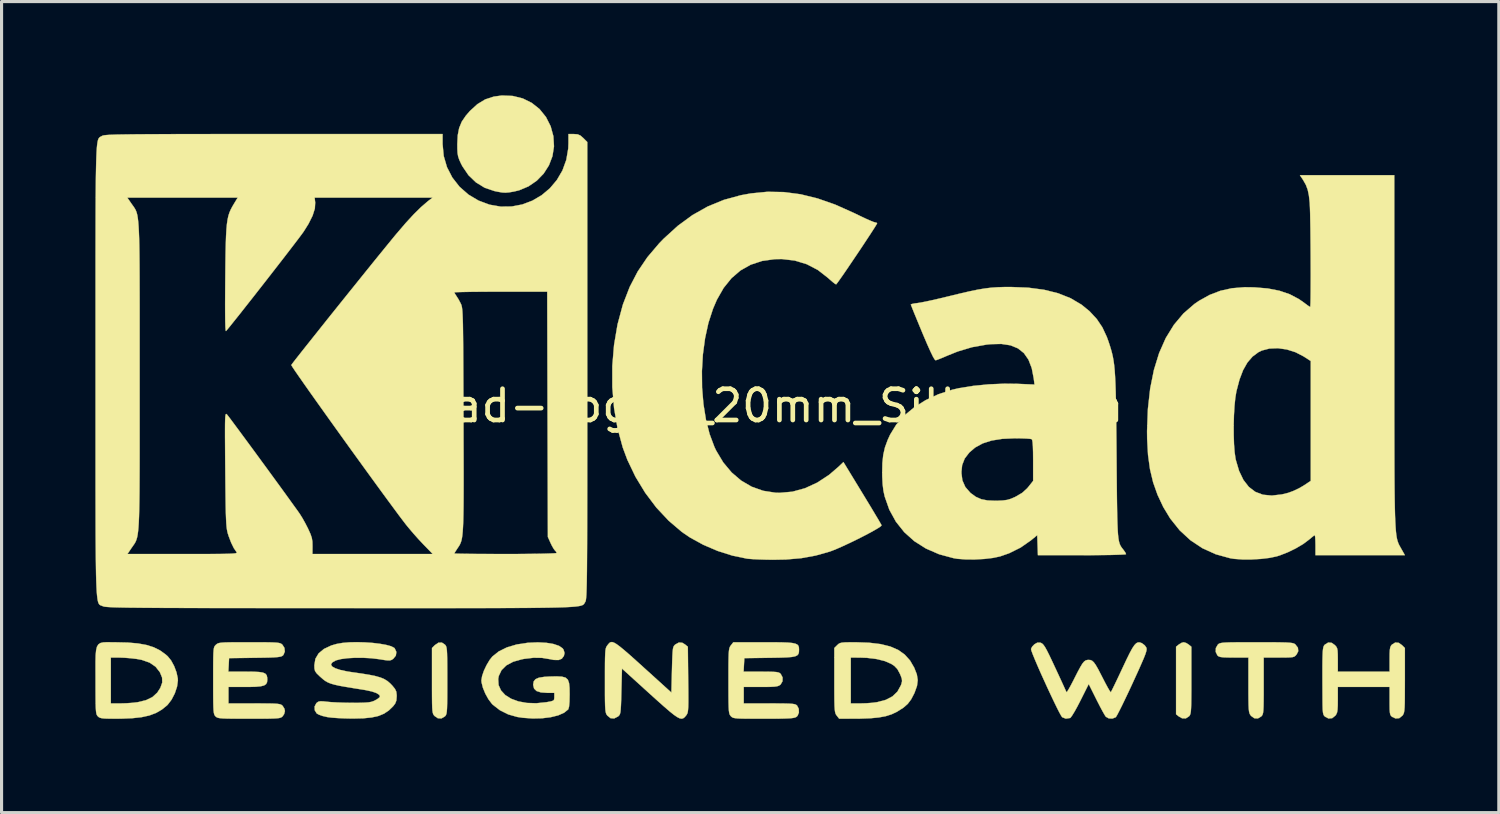
<source format=kicad_pcb>
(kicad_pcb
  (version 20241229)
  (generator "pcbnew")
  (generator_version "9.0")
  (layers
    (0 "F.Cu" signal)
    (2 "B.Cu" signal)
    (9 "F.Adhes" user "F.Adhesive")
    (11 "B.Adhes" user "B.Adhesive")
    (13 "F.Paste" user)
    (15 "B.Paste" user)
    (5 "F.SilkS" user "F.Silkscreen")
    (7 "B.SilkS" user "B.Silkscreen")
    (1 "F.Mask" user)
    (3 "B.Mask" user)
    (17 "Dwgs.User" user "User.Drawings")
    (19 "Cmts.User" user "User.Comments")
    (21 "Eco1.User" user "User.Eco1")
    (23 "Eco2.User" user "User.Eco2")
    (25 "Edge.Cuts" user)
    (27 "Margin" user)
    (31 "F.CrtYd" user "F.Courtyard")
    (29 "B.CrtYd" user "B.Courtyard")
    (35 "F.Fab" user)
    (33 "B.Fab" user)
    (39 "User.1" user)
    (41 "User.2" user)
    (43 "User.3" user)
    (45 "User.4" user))
  (footprint "KiCad-Logo2_20mm_SilkScreen"
    (layer "F.Cu")
    (at 20.928 9.93)
    (property "Reference" "KiCad-Logo2_20mm_SilkScreen" (at 0 0 0) (layer "F.SilkS") (effects (font (size 1 1) (thickness 0.15))))
    (attr exclude_from_pos_files exclude_from_bom)
    (fp_poly (pts (xy 13.962 7.586) (xy 14.041 7.635) (xy 14.13 7.707) (xy 14.13 8.779) (xy 14.13 9.093) (xy 14.128 9.34) (xy 14.126 9.529) (xy 14.121 9.669) (xy 14.114 9.769) (xy 14.103 9.838) (xy 14.089 9.883) (xy 14.071 9.915) (xy 14.058 9.93) (xy 13.953 9.999) (xy 13.834 9.996) (xy 13.73 9.938) (xy 13.641 9.866) (xy 13.641 7.707) (xy 13.73 7.635) (xy 13.815 7.583) (xy 13.885 7.564) (xy 13.962 7.586)) (stroke (width 0.01) (type solid)) (fill yes) (layer "F.SilkS"))
    (fp_poly (pts (xy -9.746 7.639) (xy -9.724 7.664) (xy -9.707 7.697) (xy -9.694 7.745) (xy -9.684 7.819) (xy -9.678 7.925) (xy -9.674 8.075) (xy -9.672 8.275) (xy -9.671 8.534) (xy -9.671 8.787) (xy -9.671 9.099) (xy -9.672 9.346) (xy -9.675 9.534) (xy -9.679 9.673) (xy -9.686 9.773) (xy -9.696 9.84) (xy -9.71 9.884) (xy -9.728 9.915) (xy -9.746 9.934) (xy -9.856 10) (xy -9.973 9.994) (xy -10.078 9.922) (xy -10.102 9.894) (xy -10.121 9.862) (xy -10.135 9.816) (xy -10.146 9.748) (xy -10.153 9.648) (xy -10.157 9.508) (xy -10.159 9.319) (xy -10.16 9.072) (xy -10.16 8.792) (xy -10.16 7.748) (xy -10.068 7.656) (xy -9.954 7.578) (xy -9.843 7.575) (xy -9.746 7.639)) (stroke (width 0.01) (type solid)) (fill yes) (layer "F.SilkS"))
    (fp_poly (pts (xy -7.577 -9.911) (xy -7.256 -9.831) (xy -6.967 -9.688) (xy -6.718 -9.489) (xy -6.515 -9.238) (xy -6.365 -8.943) (xy -6.277 -8.622) (xy -6.258 -8.297) (xy -6.307 -7.984) (xy -6.419 -7.692) (xy -6.588 -7.427) (xy -6.808 -7.201) (xy -7.071 -7.02) (xy -7.373 -6.893) (xy -7.544 -6.852) (xy -7.692 -6.827) (xy -7.807 -6.817) (xy -7.917 -6.823) (xy -8.051 -6.846) (xy -8.162 -6.869) (xy -8.473 -6.974) (xy -8.752 -7.145) (xy -8.992 -7.375) (xy -9.187 -7.661) (xy -9.234 -7.752) (xy -9.289 -7.873) (xy -9.323 -7.975) (xy -9.342 -8.082) (xy -9.349 -8.219) (xy -9.35 -8.373) (xy -9.336 -8.654) (xy -9.291 -8.885) (xy -9.208 -9.087) (xy -9.076 -9.281) (xy -8.948 -9.429) (xy -8.708 -9.648) (xy -8.458 -9.8) (xy -8.182 -9.89) (xy -7.923 -9.925) (xy -7.577 -9.911)) (stroke (width 0.01) (type solid)) (fill yes) (layer "F.SilkS"))
    (fp_poly (pts (xy 16.544 7.564) (xy 16.806 7.565) (xy 17.01 7.568) (xy 17.163 7.572) (xy 17.274 7.579) (xy 17.351 7.588) (xy 17.402 7.601) (xy 17.436 7.617) (xy 17.453 7.629) (xy 17.538 7.738) (xy 17.549 7.85) (xy 17.496 7.953) (xy 17.461 7.994) (xy 17.424 8.022) (xy 17.37 8.039) (xy 17.285 8.048) (xy 17.156 8.052) (xy 16.968 8.053) (xy 16.931 8.053) (xy 16.444 8.053) (xy 16.444 8.956) (xy 16.444 9.241) (xy 16.442 9.46) (xy 16.439 9.623) (xy 16.433 9.739) (xy 16.424 9.819) (xy 16.41 9.872) (xy 16.392 9.907) (xy 16.369 9.934) (xy 16.259 10) (xy 16.145 9.995) (xy 16.041 9.92) (xy 16.033 9.91) (xy 16.008 9.875) (xy 15.989 9.834) (xy 15.975 9.776) (xy 15.966 9.693) (xy 15.96 9.573) (xy 15.957 9.407) (xy 15.955 9.185) (xy 15.955 8.932) (xy 15.955 8.053) (xy 15.49 8.053) (xy 15.291 8.051) (xy 15.153 8.046) (xy 15.062 8.035) (xy 15.005 8.017) (xy 14.968 7.989) (xy 14.964 7.984) (xy 14.909 7.873) (xy 14.914 7.748) (xy 14.977 7.639) (xy 15.001 7.618) (xy 15.032 7.601) (xy 15.079 7.588) (xy 15.149 7.578) (xy 15.251 7.572) (xy 15.394 7.567) (xy 15.585 7.565) (xy 15.834 7.564) (xy 16.147 7.564) (xy 16.214 7.564) (xy 16.544 7.564)) (stroke (width 0.01) (type solid)) (fill yes) (layer "F.SilkS"))
    (fp_poly (pts (xy 20.763 7.582) (xy 20.867 7.656) (xy 20.96 7.748) (xy 20.96 8.78) (xy 20.959 9.086) (xy 20.958 9.326) (xy 20.956 9.509) (xy 20.951 9.645) (xy 20.943 9.741) (xy 20.932 9.808) (xy 20.917 9.854) (xy 20.897 9.889) (xy 20.882 9.91) (xy 20.779 9.992) (xy 20.662 10.001) (xy 20.554 9.951) (xy 20.519 9.921) (xy 20.495 9.882) (xy 20.481 9.818) (xy 20.473 9.717) (xy 20.471 9.562) (xy 20.471 9.443) (xy 20.471 8.993) (xy 18.815 8.993) (xy 18.815 9.402) (xy 18.813 9.589) (xy 18.806 9.718) (xy 18.792 9.805) (xy 18.767 9.866) (xy 18.737 9.91) (xy 18.634 9.992) (xy 18.517 10.002) (xy 18.406 9.944) (xy 18.375 9.913) (xy 18.354 9.873) (xy 18.34 9.81) (xy 18.331 9.712) (xy 18.327 9.566) (xy 18.325 9.361) (xy 18.325 9.313) (xy 18.323 8.925) (xy 18.322 8.606) (xy 18.322 8.347) (xy 18.324 8.143) (xy 18.328 7.986) (xy 18.333 7.868) (xy 18.341 7.784) (xy 18.352 7.726) (xy 18.365 7.687) (xy 18.382 7.659) (xy 18.401 7.639) (xy 18.507 7.573) (xy 18.618 7.582) (xy 18.722 7.656) (xy 18.765 7.704) (xy 18.792 7.757) (xy 18.807 7.832) (xy 18.813 7.947) (xy 18.815 8.119) (xy 18.815 8.126) (xy 18.815 8.504) (xy 20.471 8.504) (xy 20.471 8.109) (xy 20.472 7.927) (xy 20.479 7.804) (xy 20.493 7.724) (xy 20.518 7.671) (xy 20.546 7.639) (xy 20.652 7.573) (xy 20.763 7.582)) (stroke (width 0.01) (type solid)) (fill yes) (layer "F.SilkS"))
    (fp_poly (pts (xy 3.394 7.564) (xy 3.824 7.579) (xy 4.19 7.623) (xy 4.497 7.699) (xy 4.753 7.81) (xy 4.962 7.959) (xy 5.131 8.147) (xy 5.266 8.379) (xy 5.268 8.385) (xy 5.349 8.592) (xy 5.377 8.775) (xy 5.354 8.96) (xy 5.279 9.17) (xy 5.265 9.202) (xy 5.167 9.39) (xy 5.058 9.535) (xy 4.917 9.658) (xy 4.724 9.78) (xy 4.713 9.787) (xy 4.545 9.867) (xy 4.355 9.928) (xy 4.132 9.969) (xy 3.862 9.995) (xy 3.534 10.007) (xy 3.418 10.008) (xy 2.865 10.009) (xy 2.787 9.91) (xy 2.764 9.878) (xy 2.746 9.84) (xy 2.733 9.787) (xy 2.723 9.711) (xy 2.716 9.601) (xy 2.714 9.52) (xy 3.236 9.52) (xy 3.549 9.52) (xy 3.732 9.515) (xy 3.92 9.501) (xy 4.074 9.481) (xy 4.084 9.479) (xy 4.358 9.406) (xy 4.57 9.295) (xy 4.728 9.143) (xy 4.838 8.943) (xy 4.857 8.89) (xy 4.876 8.808) (xy 4.868 8.726) (xy 4.828 8.618) (xy 4.804 8.565) (xy 4.727 8.423) (xy 4.633 8.324) (xy 4.53 8.255) (xy 4.323 8.165) (xy 4.059 8.1) (xy 3.751 8.062) (xy 3.528 8.054) (xy 3.236 8.053) (xy 3.236 9.52) (xy 2.714 9.52) (xy 2.712 9.45) (xy 2.71 9.248) (xy 2.709 8.985) (xy 2.709 8.78) (xy 2.709 7.748) (xy 2.802 7.656) (xy 2.843 7.618) (xy 2.887 7.593) (xy 2.949 7.577) (xy 3.043 7.568) (xy 3.182 7.565) (xy 3.382 7.564) (xy 3.394 7.564)) (stroke (width 0.01) (type solid)) (fill yes) (layer "F.SilkS"))
    (fp_poly (pts (xy -20.405 7.564) (xy -20.273 7.565) (xy -19.887 7.574) (xy -19.564 7.602) (xy -19.293 7.651) (xy -19.062 7.724) (xy -18.861 7.824) (xy -18.679 7.955) (xy -18.614 8.012) (xy -18.506 8.145) (xy -18.408 8.325) (xy -18.333 8.524) (xy -18.292 8.716) (xy -18.288 8.787) (xy -18.315 8.983) (xy -18.386 9.197) (xy -18.49 9.399) (xy -18.613 9.561) (xy -18.633 9.581) (xy -18.802 9.718) (xy -18.987 9.825) (xy -19.199 9.905) (xy -19.448 9.96) (xy -19.746 9.993) (xy -20.102 10.008) (xy -20.265 10.009) (xy -20.473 10.008) (xy -20.618 10.004) (xy -20.716 9.995) (xy -20.78 9.979) (xy -20.824 9.955) (xy -20.847 9.934) (xy -20.869 9.909) (xy -20.886 9.876) (xy -20.899 9.828) (xy -20.908 9.754) (xy -20.915 9.648) (xy -20.919 9.498) (xy -20.921 9.298) (xy -20.922 9.039) (xy -20.922 8.787) (xy -20.923 8.45) (xy -20.923 8.181) (xy -20.92 8.053) (xy -20.433 8.053) (xy -20.433 9.52) (xy -20.122 9.52) (xy -19.936 9.515) (xy -19.74 9.501) (xy -19.577 9.482) (xy -19.572 9.481) (xy -19.308 9.417) (xy -19.103 9.318) (xy -18.948 9.176) (xy -18.849 9.023) (xy -18.788 8.853) (xy -18.793 8.694) (xy -18.863 8.523) (xy -19.002 8.346) (xy -19.193 8.215) (xy -19.442 8.128) (xy -19.609 8.097) (xy -19.798 8.075) (xy -19.998 8.059) (xy -20.169 8.053) (xy -20.179 8.053) (xy -20.433 8.053) (xy -20.92 8.053) (xy -20.918 7.973) (xy -20.903 7.817) (xy -20.876 7.706) (xy -20.832 7.633) (xy -20.767 7.589) (xy -20.676 7.568) (xy -20.557 7.562) (xy -20.405 7.564)) (stroke (width 0.01) (type solid)) (fill yes) (layer "F.SilkS"))
    (fp_poly (pts (xy -4.334 7.578) (xy -4.255 7.624) (xy -4.152 7.7) (xy -4.02 7.808) (xy -3.853 7.952) (xy -3.646 8.137) (xy -3.394 8.365) (xy -3.104 8.627) (xy -2.502 9.173) (xy -2.484 8.44) (xy -2.477 8.188) (xy -2.47 8) (xy -2.462 7.866) (xy -2.452 7.774) (xy -2.437 7.714) (xy -2.417 7.676) (xy -2.39 7.647) (xy -2.376 7.635) (xy -2.261 7.572) (xy -2.151 7.581) (xy -2.064 7.635) (xy -1.976 7.707) (xy -1.965 8.757) (xy -1.961 9.066) (xy -1.96 9.308) (xy -1.96 9.494) (xy -1.963 9.631) (xy -1.97 9.729) (xy -1.979 9.798) (xy -1.994 9.845) (xy -2.012 9.88) (xy -2.033 9.908) (xy -2.078 9.961) (xy -2.123 9.995) (xy -2.174 10.009) (xy -2.237 9.997) (xy -2.318 9.956) (xy -2.424 9.883) (xy -2.561 9.773) (xy -2.735 9.623) (xy -2.952 9.43) (xy -3.199 9.207) (xy -4.083 8.405) (xy -4.102 9.135) (xy -4.108 9.387) (xy -4.115 9.575) (xy -4.123 9.708) (xy -4.133 9.8) (xy -4.148 9.859) (xy -4.168 9.898) (xy -4.195 9.926) (xy -4.209 9.938) (xy -4.333 10.001) (xy -4.449 9.992) (xy -4.55 9.91) (xy -4.574 9.878) (xy -4.592 9.839) (xy -4.605 9.787) (xy -4.615 9.71) (xy -4.622 9.6) (xy -4.626 9.448) (xy -4.628 9.245) (xy -4.628 8.982) (xy -4.628 8.787) (xy -4.628 8.481) (xy -4.627 8.242) (xy -4.624 8.06) (xy -4.619 7.926) (xy -4.612 7.83) (xy -4.601 7.764) (xy -4.585 7.718) (xy -4.565 7.683) (xy -4.55 7.663) (xy -4.513 7.616) (xy -4.478 7.58) (xy -4.44 7.56) (xy -4.393 7.558) (xy -4.334 7.578)) (stroke (width 0.01) (type solid)) (fill yes) (layer "F.SilkS"))
    (fp_poly (pts (xy -6.5 7.582) (xy -6.272 7.62) (xy -6.096 7.68) (xy -5.982 7.758) (xy -5.951 7.803) (xy -5.92 7.907) (xy -5.941 8.001) (xy -6.008 8.091) (xy -6.112 8.132) (xy -6.264 8.129) (xy -6.381 8.106) (xy -6.641 8.063) (xy -6.907 8.059) (xy -7.205 8.094) (xy -7.287 8.109) (xy -7.564 8.187) (xy -7.781 8.303) (xy -7.935 8.455) (xy -8.024 8.642) (xy -8.042 8.738) (xy -8.03 8.933) (xy -7.952 9.106) (xy -7.816 9.253) (xy -7.628 9.371) (xy -7.396 9.456) (xy -7.126 9.505) (xy -6.826 9.515) (xy -6.503 9.482) (xy -6.485 9.479) (xy -6.356 9.455) (xy -6.285 9.432) (xy -6.254 9.397) (xy -6.247 9.34) (xy -6.247 9.309) (xy -6.247 9.182) (xy -6.475 9.182) (xy -6.676 9.168) (xy -6.814 9.124) (xy -6.894 9.046) (xy -6.923 8.93) (xy -6.923 8.915) (xy -6.906 8.816) (xy -6.848 8.745) (xy -6.74 8.698) (xy -6.572 8.671) (xy -6.41 8.661) (xy -6.175 8.655) (xy -6.004 8.664) (xy -5.887 8.696) (xy -5.815 8.761) (xy -5.776 8.868) (xy -5.76 9.026) (xy -5.757 9.234) (xy -5.762 9.465) (xy -5.776 9.623) (xy -5.8 9.707) (xy -5.804 9.713) (xy -5.934 9.818) (xy -6.124 9.902) (xy -6.363 9.961) (xy -6.638 9.995) (xy -6.937 10.002) (xy -7.249 9.98) (xy -7.432 9.953) (xy -7.719 9.872) (xy -7.986 9.739) (xy -8.21 9.566) (xy -8.244 9.532) (xy -8.354 9.387) (xy -8.454 9.207) (xy -8.531 9.019) (xy -8.574 8.848) (xy -8.58 8.782) (xy -8.557 8.645) (xy -8.499 8.474) (xy -8.414 8.295) (xy -8.316 8.131) (xy -8.229 8.021) (xy -8.026 7.858) (xy -7.763 7.728) (xy -7.451 7.635) (xy -7.097 7.581) (xy -6.773 7.567) (xy -6.5 7.582)) (stroke (width 0.01) (type solid)) (fill yes) (layer "F.SilkS"))
    (fp_poly (pts (xy 0.768 7.564) (xy 1.022 7.567) (xy 1.217 7.574) (xy 1.361 7.587) (xy 1.461 7.608) (xy 1.525 7.637) (xy 1.561 7.677) (xy 1.577 7.73) (xy 1.58 7.797) (xy 1.58 7.804) (xy 1.577 7.88) (xy 1.561 7.938) (xy 1.524 7.982) (xy 1.458 8.013) (xy 1.353 8.034) (xy 1.201 8.047) (xy 0.993 8.055) (xy 0.721 8.06) (xy 0.638 8.061) (xy -0.169 8.072) (xy -0.181 8.288) (xy -0.192 8.504) (xy 0.369 8.504) (xy 0.588 8.505) (xy 0.744 8.509) (xy 0.85 8.516) (xy 0.919 8.529) (xy 0.964 8.549) (xy 0.996 8.578) (xy 0.996 8.578) (xy 1.055 8.69) (xy 1.052 8.811) (xy 0.991 8.915) (xy 0.979 8.925) (xy 0.936 8.953) (xy 0.877 8.972) (xy 0.789 8.984) (xy 0.658 8.991) (xy 0.472 8.993) (xy 0.353 8.993) (xy -0.188 8.993) (xy -0.188 9.52) (xy 0.634 9.52) (xy 0.905 9.521) (xy 1.111 9.523) (xy 1.262 9.527) (xy 1.367 9.534) (xy 1.437 9.545) (xy 1.482 9.561) (xy 1.511 9.582) (xy 1.518 9.589) (xy 1.572 9.694) (xy 1.576 9.814) (xy 1.532 9.918) (xy 1.497 9.951) (xy 1.46 9.969) (xy 1.404 9.983) (xy 1.319 9.994) (xy 1.196 10.001) (xy 1.026 10.006) (xy 0.8 10.009) (xy 0.51 10.009) (xy 0.445 10.009) (xy 0.15 10.009) (xy -0.079 10.008) (xy -0.251 10.006) (xy -0.376 10.001) (xy -0.463 9.992) (xy -0.52 9.981) (xy -0.558 9.964) (xy -0.586 9.943) (xy -0.601 9.927) (xy -0.623 9.9) (xy -0.641 9.866) (xy -0.654 9.816) (xy -0.664 9.742) (xy -0.67 9.635) (xy -0.674 9.485) (xy -0.676 9.284) (xy -0.677 9.023) (xy -0.677 8.803) (xy -0.677 8.495) (xy -0.676 8.254) (xy -0.673 8.069) (xy -0.669 7.933) (xy -0.661 7.835) (xy -0.65 7.767) (xy -0.635 7.72) (xy -0.616 7.685) (xy -0.599 7.663) (xy -0.521 7.564) (xy 0.446 7.564) (xy 0.768 7.564)) (stroke (width 0.01) (type solid)) (fill yes) (layer "F.SilkS"))
    (fp_poly (pts (xy -15.709 7.564) (xy -15.478 7.565) (xy -15.303 7.568) (xy -15.176 7.573) (xy -15.087 7.581) (xy -15.027 7.593) (xy -14.987 7.609) (xy -14.957 7.631) (xy -14.946 7.64) (xy -14.88 7.744) (xy -14.868 7.863) (xy -14.912 7.968) (xy -14.932 7.99) (xy -14.964 8.01) (xy -15.016 8.026) (xy -15.098 8.038) (xy -15.219 8.047) (xy -15.389 8.054) (xy -15.617 8.058) (xy -15.825 8.061) (xy -16.651 8.072) (xy -16.662 8.288) (xy -16.674 8.504) (xy -16.113 8.504) (xy -15.87 8.506) (xy -15.692 8.515) (xy -15.569 8.534) (xy -15.491 8.568) (xy -15.448 8.619) (xy -15.431 8.692) (xy -15.428 8.759) (xy -15.436 8.842) (xy -15.468 8.903) (xy -15.531 8.945) (xy -15.637 8.972) (xy -15.795 8.987) (xy -16.013 8.993) (xy -16.133 8.993) (xy -16.67 8.993) (xy -16.67 9.52) (xy -15.842 9.52) (xy -15.571 9.521) (xy -15.364 9.522) (xy -15.213 9.526) (xy -15.107 9.533) (xy -15.035 9.544) (xy -14.988 9.559) (xy -14.956 9.58) (xy -14.939 9.596) (xy -14.882 9.685) (xy -14.864 9.765) (xy -14.89 9.862) (xy -14.939 9.934) (xy -14.965 9.957) (xy -14.999 9.974) (xy -15.049 9.988) (xy -15.126 9.997) (xy -15.237 10.003) (xy -15.392 10.007) (xy -15.601 10.009) (xy -15.871 10.009) (xy -16.011 10.009) (xy -16.312 10.009) (xy -16.546 10.008) (xy -16.724 10.005) (xy -16.853 10) (xy -16.944 9.992) (xy -17.004 9.981) (xy -17.044 9.965) (xy -17.073 9.945) (xy -17.084 9.934) (xy -17.106 9.909) (xy -17.123 9.876) (xy -17.136 9.827) (xy -17.146 9.754) (xy -17.152 9.647) (xy -17.156 9.497) (xy -17.158 9.296) (xy -17.159 9.036) (xy -17.159 8.793) (xy -17.159 8.482) (xy -17.158 8.238) (xy -17.156 8.052) (xy -17.152 7.914) (xy -17.145 7.816) (xy -17.135 7.75) (xy -17.121 7.706) (xy -17.102 7.676) (xy -17.078 7.651) (xy -17.072 7.645) (xy -17.043 7.621) (xy -17.01 7.601) (xy -16.962 7.587) (xy -16.891 7.577) (xy -16.788 7.57) (xy -16.643 7.566) (xy -16.446 7.564) (xy -16.189 7.564) (xy -16.007 7.564) (xy -15.709 7.564)) (stroke (width 0.01) (type solid)) (fill yes) (layer "F.SilkS"))
    (fp_poly (pts (xy 12.482 7.57) (xy 12.548 7.593) (xy 12.55 7.595) (xy 12.639 7.662) (xy 12.688 7.732) (xy 12.697 7.765) (xy 12.697 7.808) (xy 12.683 7.87) (xy 12.654 7.958) (xy 12.606 8.079) (xy 12.535 8.242) (xy 12.441 8.455) (xy 12.318 8.724) (xy 12.251 8.871) (xy 12.129 9.133) (xy 12.014 9.375) (xy 11.912 9.586) (xy 11.825 9.759) (xy 11.76 9.884) (xy 11.719 9.953) (xy 11.711 9.962) (xy 11.607 10.004) (xy 11.49 9.999) (xy 11.397 9.948) (xy 11.393 9.944) (xy 11.356 9.887) (xy 11.293 9.777) (xy 11.213 9.628) (xy 11.123 9.453) (xy 11.091 9.389) (xy 10.847 8.9) (xy 10.581 9.431) (xy 10.486 9.615) (xy 10.398 9.774) (xy 10.324 9.896) (xy 10.271 9.97) (xy 10.253 9.986) (xy 10.114 10.007) (xy 9.999 9.962) (xy 9.966 9.915) (xy 9.907 9.809) (xy 9.829 9.655) (xy 9.736 9.464) (xy 9.632 9.246) (xy 9.523 9.012) (xy 9.413 8.771) (xy 9.306 8.535) (xy 9.209 8.313) (xy 9.125 8.116) (xy 9.059 7.955) (xy 9.016 7.84) (xy 9.001 7.781) (xy 9.001 7.779) (xy 9.038 7.705) (xy 9.111 7.629) (xy 9.116 7.626) (xy 9.206 7.575) (xy 9.29 7.575) (xy 9.321 7.585) (xy 9.359 7.606) (xy 9.4 7.647) (xy 9.448 7.716) (xy 9.508 7.823) (xy 9.585 7.976) (xy 9.683 8.182) (xy 9.772 8.373) (xy 9.875 8.594) (xy 9.967 8.793) (xy 10.043 8.959) (xy 10.099 9.082) (xy 10.131 9.152) (xy 10.135 9.163) (xy 10.156 9.145) (xy 10.203 9.07) (xy 10.27 8.95) (xy 10.352 8.794) (xy 10.384 8.73) (xy 10.494 8.513) (xy 10.579 8.356) (xy 10.645 8.247) (xy 10.701 8.18) (xy 10.752 8.144) (xy 10.805 8.13) (xy 10.84 8.128) (xy 10.902 8.133) (xy 10.956 8.156) (xy 11.01 8.205) (xy 11.071 8.29) (xy 11.146 8.42) (xy 11.242 8.605) (xy 11.296 8.71) (xy 11.382 8.877) (xy 11.457 9.016) (xy 11.515 9.114) (xy 11.548 9.161) (xy 11.553 9.163) (xy 11.574 9.126) (xy 11.622 9.031) (xy 11.692 8.887) (xy 11.779 8.705) (xy 11.878 8.495) (xy 11.927 8.39) (xy 12.054 8.12) (xy 12.156 7.913) (xy 12.239 7.76) (xy 12.308 7.657) (xy 12.368 7.595) (xy 12.424 7.568) (xy 12.482 7.57)) (stroke (width 0.01) (type solid)) (fill yes) (layer "F.SilkS"))
    (fp_poly (pts (xy -12.306 7.568) (xy -12.056 7.585) (xy -11.824 7.613) (xy -11.623 7.649) (xy -11.467 7.692) (xy -11.368 7.743) (xy -11.353 7.758) (xy -11.3 7.873) (xy -11.316 7.991) (xy -11.398 8.092) (xy -11.402 8.095) (xy -11.45 8.127) (xy -11.5 8.143) (xy -11.57 8.145) (xy -11.678 8.133) (xy -11.84 8.107) (xy -11.853 8.105) (xy -12.096 8.075) (xy -12.357 8.061) (xy -12.62 8.06) (xy -12.865 8.074) (xy -13.073 8.102) (xy -13.228 8.142) (xy -13.238 8.146) (xy -13.35 8.209) (xy -13.39 8.272) (xy -13.359 8.335) (xy -13.26 8.394) (xy -13.096 8.449) (xy -12.87 8.498) (xy -12.719 8.521) (xy -12.405 8.566) (xy -12.155 8.607) (xy -11.959 8.648) (xy -11.806 8.692) (xy -11.685 8.743) (xy -11.586 8.804) (xy -11.498 8.879) (xy -11.427 8.953) (xy -11.344 9.056) (xy -11.302 9.144) (xy -11.289 9.253) (xy -11.289 9.293) (xy -11.299 9.426) (xy -11.337 9.524) (xy -11.404 9.612) (xy -11.541 9.745) (xy -11.693 9.847) (xy -11.872 9.921) (xy -12.089 9.969) (xy -12.356 9.996) (xy -12.684 10.004) (xy -12.738 10.004) (xy -12.956 9.999) (xy -13.173 9.989) (xy -13.364 9.975) (xy -13.506 9.957) (xy -13.518 9.955) (xy -13.659 9.922) (xy -13.779 9.879) (xy -13.847 9.841) (xy -13.91 9.739) (xy -13.915 9.62) (xy -13.86 9.514) (xy -13.848 9.502) (xy -13.798 9.466) (xy -13.735 9.451) (xy -13.637 9.454) (xy -13.519 9.467) (xy -13.387 9.479) (xy -13.201 9.489) (xy -12.985 9.497) (xy -12.759 9.501) (xy -12.7 9.501) (xy -12.474 9.5) (xy -12.308 9.495) (xy -12.189 9.486) (xy -12.101 9.47) (xy -12.03 9.446) (xy -11.987 9.426) (xy -11.893 9.371) (xy -11.834 9.321) (xy -11.825 9.306) (xy -11.843 9.248) (xy -11.931 9.191) (xy -12.082 9.138) (xy -12.289 9.093) (xy -12.351 9.083) (xy -12.67 9.032) (xy -12.925 8.99) (xy -13.126 8.954) (xy -13.282 8.919) (xy -13.402 8.884) (xy -13.498 8.844) (xy -13.578 8.798) (xy -13.652 8.741) (xy -13.731 8.671) (xy -13.758 8.647) (xy -13.851 8.556) (xy -13.901 8.483) (xy -13.92 8.401) (xy -13.923 8.297) (xy -13.889 8.092) (xy -13.786 7.919) (xy -13.615 7.777) (xy -13.378 7.666) (xy -13.208 7.617) (xy -13.024 7.585) (xy -12.803 7.566) (xy -12.559 7.561) (xy -12.306 7.568)) (stroke (width 0.01) (type solid)) (fill yes) (layer "F.SilkS"))
    (fp_poly (pts (xy 1.095 -6.836) (xy 1.629 -6.766) (xy 2.175 -6.632) (xy 2.741 -6.434) (xy 3.333 -6.169) (xy 3.371 -6.151) (xy 3.563 -6.058) (xy 3.735 -5.977) (xy 3.874 -5.916) (xy 3.967 -5.879) (xy 3.999 -5.87) (xy 4.063 -5.854) (xy 4.079 -5.84) (xy 4.062 -5.805) (xy 4.008 -5.717) (xy 3.924 -5.586) (xy 3.816 -5.42) (xy 3.69 -5.229) (xy 3.553 -5.022) (xy 3.409 -4.808) (xy 3.266 -4.596) (xy 3.13 -4.395) (xy 3.007 -4.215) (xy 2.902 -4.065) (xy 2.823 -3.954) (xy 2.774 -3.891) (xy 2.768 -3.884) (xy 2.734 -3.9) (xy 2.66 -3.957) (xy 2.558 -4.045) (xy 2.505 -4.093) (xy 2.183 -4.344) (xy 1.828 -4.529) (xy 1.443 -4.646) (xy 1.033 -4.694) (xy 0.802 -4.69) (xy 0.398 -4.633) (xy 0.034 -4.513) (xy -0.291 -4.33) (xy -0.579 -4.083) (xy -0.831 -3.771) (xy -1.047 -3.393) (xy -1.171 -3.104) (xy -1.318 -2.652) (xy -1.425 -2.16) (xy -1.495 -1.642) (xy -1.526 -1.11) (xy -1.521 -0.577) (xy -1.477 -0.055) (xy -1.397 0.443) (xy -1.28 0.904) (xy -1.126 1.316) (xy -1.072 1.43) (xy -0.845 1.81) (xy -0.576 2.132) (xy -0.271 2.392) (xy 0.066 2.589) (xy 0.433 2.719) (xy 0.825 2.78) (xy 0.963 2.784) (xy 1.368 2.748) (xy 1.77 2.638) (xy 2.162 2.458) (xy 2.541 2.21) (xy 2.846 1.948) (xy 3.001 1.8) (xy 3.605 2.791) (xy 3.755 3.038) (xy 3.893 3.265) (xy 4.012 3.465) (xy 4.11 3.628) (xy 4.179 3.747) (xy 4.216 3.813) (xy 4.221 3.824) (xy 4.194 3.856) (xy 4.109 3.913) (xy 3.976 3.991) (xy 3.808 4.083) (xy 3.614 4.184) (xy 3.405 4.289) (xy 3.192 4.392) (xy 2.986 4.488) (xy 2.798 4.571) (xy 2.638 4.636) (xy 2.56 4.664) (xy 2.114 4.79) (xy 1.654 4.874) (xy 1.162 4.917) (xy 0.739 4.925) (xy 0.513 4.921) (xy 0.294 4.914) (xy 0.103 4.905) (xy -0.042 4.894) (xy -0.089 4.888) (xy -0.552 4.792) (xy -1.024 4.642) (xy -1.482 4.446) (xy -1.905 4.214) (xy -2.164 4.038) (xy -2.588 3.677) (xy -2.983 3.256) (xy -3.339 2.783) (xy -3.651 2.27) (xy -3.911 1.727) (xy -4.057 1.336) (xy -4.224 0.724) (xy -4.336 0.075) (xy -4.392 -0.596) (xy -4.392 -1.275) (xy -4.336 -1.948) (xy -4.225 -2.602) (xy -4.058 -3.222) (xy -4.045 -3.261) (xy -3.836 -3.801) (xy -3.58 -4.294) (xy -3.269 -4.754) (xy -2.895 -5.194) (xy -2.749 -5.345) (xy -2.295 -5.758) (xy -1.828 -6.1) (xy -1.342 -6.374) (xy -0.829 -6.585) (xy -0.281 -6.735) (xy 0.038 -6.793) (xy 0.567 -6.845) (xy 1.095 -6.836)) (stroke (width 0.01) (type solid)) (fill yes) (layer "F.SilkS"))
    (fp_poly (pts (xy 20.622 -1.759) (xy 20.622 -0.978) (xy 20.622 -0.268) (xy 20.622 0.374) (xy 20.623 0.952) (xy 20.624 1.469) (xy 20.625 1.929) (xy 20.627 2.336) (xy 20.63 2.693) (xy 20.634 3.004) (xy 20.639 3.274) (xy 20.645 3.504) (xy 20.653 3.7) (xy 20.662 3.865) (xy 20.672 4.002) (xy 20.684 4.115) (xy 20.698 4.208) (xy 20.714 4.284) (xy 20.733 4.347) (xy 20.753 4.402) (xy 20.776 4.451) (xy 20.801 4.497) (xy 20.829 4.546) (xy 20.846 4.577) (xy 20.96 4.779) (xy 18.1 4.779) (xy 18.1 4.459) (xy 18.097 4.315) (xy 18.091 4.204) (xy 18.082 4.145) (xy 18.077 4.139) (xy 18.039 4.162) (xy 17.964 4.222) (xy 17.888 4.286) (xy 17.706 4.422) (xy 17.474 4.559) (xy 17.218 4.684) (xy 16.96 4.785) (xy 16.857 4.817) (xy 16.629 4.865) (xy 16.353 4.898) (xy 16.055 4.915) (xy 15.761 4.915) (xy 15.497 4.896) (xy 15.372 4.876) (xy 14.911 4.749) (xy 14.487 4.557) (xy 14.101 4.301) (xy 13.755 3.982) (xy 13.453 3.604) (xy 13.23 3.235) (xy 13.047 2.845) (xy 12.907 2.448) (xy 12.807 2.028) (xy 12.744 1.572) (xy 12.716 1.067) (xy 12.713 0.809) (xy 12.72 0.62) (xy 15.484 0.62) (xy 15.485 0.93) (xy 15.494 1.222) (xy 15.513 1.479) (xy 15.542 1.683) (xy 15.55 1.724) (xy 15.656 2.082) (xy 15.795 2.372) (xy 15.968 2.595) (xy 16.176 2.753) (xy 16.42 2.845) (xy 16.702 2.872) (xy 17.023 2.835) (xy 17.234 2.783) (xy 17.398 2.722) (xy 17.579 2.636) (xy 17.714 2.557) (xy 17.949 2.402) (xy 17.949 -1.432) (xy 17.725 -1.577) (xy 17.463 -1.713) (xy 17.182 -1.802) (xy 16.899 -1.842) (xy 16.627 -1.831) (xy 16.385 -1.768) (xy 16.278 -1.716) (xy 16.085 -1.573) (xy 15.922 -1.383) (xy 15.785 -1.141) (xy 15.67 -0.84) (xy 15.573 -0.471) (xy 15.569 -0.452) (xy 15.535 -0.244) (xy 15.509 0.015) (xy 15.492 0.309) (xy 15.484 0.62) (xy 12.72 0.62) (xy 12.74 0.1) (xy 12.813 -0.553) (xy 12.933 -1.149) (xy 13.099 -1.687) (xy 13.312 -2.168) (xy 13.572 -2.59) (xy 13.877 -2.953) (xy 14.228 -3.257) (xy 14.379 -3.36) (xy 14.715 -3.547) (xy 15.06 -3.679) (xy 15.427 -3.76) (xy 15.831 -3.793) (xy 16.139 -3.789) (xy 16.572 -3.753) (xy 16.947 -3.68) (xy 17.276 -3.568) (xy 17.57 -3.413) (xy 17.733 -3.299) (xy 17.831 -3.225) (xy 17.903 -3.176) (xy 17.931 -3.161) (xy 17.936 -3.197) (xy 17.941 -3.299) (xy 17.944 -3.458) (xy 17.946 -3.665) (xy 17.947 -3.91) (xy 17.948 -4.185) (xy 17.947 -4.48) (xy 17.946 -4.786) (xy 17.944 -5.094) (xy 17.941 -5.395) (xy 17.938 -5.679) (xy 17.933 -5.938) (xy 17.929 -6.161) (xy 17.923 -6.341) (xy 17.917 -6.468) (xy 17.916 -6.491) (xy 17.89 -6.726) (xy 17.852 -6.91) (xy 17.793 -7.067) (xy 17.706 -7.221) (xy 17.685 -7.253) (xy 17.603 -7.375) (xy 20.621 -7.375) (xy 20.622 -1.759)) (stroke (width 0.01) (type solid)) (fill yes) (layer "F.SilkS"))
    (fp_poly (pts (xy 8.912 -3.778) (xy 9.418 -3.711) (xy 9.869 -3.599) (xy 10.267 -3.441) (xy 10.616 -3.235) (xy 10.875 -3.023) (xy 11.104 -2.776) (xy 11.283 -2.51) (xy 11.426 -2.203) (xy 11.478 -2.059) (xy 11.521 -1.93) (xy 11.558 -1.809) (xy 11.59 -1.692) (xy 11.618 -1.572) (xy 11.641 -1.443) (xy 11.661 -1.299) (xy 11.677 -1.135) (xy 11.69 -0.942) (xy 11.701 -0.717) (xy 11.71 -0.452) (xy 11.717 -0.142) (xy 11.723 0.22) (xy 11.728 0.64) (xy 11.733 1.123) (xy 11.737 1.599) (xy 11.741 2.12) (xy 11.745 2.571) (xy 11.749 2.957) (xy 11.754 3.285) (xy 11.759 3.56) (xy 11.766 3.787) (xy 11.774 3.973) (xy 11.784 4.121) (xy 11.797 4.238) (xy 11.813 4.33) (xy 11.832 4.402) (xy 11.855 4.459) (xy 11.882 4.507) (xy 11.914 4.552) (xy 11.951 4.599) (xy 11.965 4.617) (xy 12.018 4.693) (xy 12.041 4.745) (xy 12.041 4.746) (xy 12.005 4.754) (xy 11.902 4.76) (xy 11.74 4.766) (xy 11.527 4.772) (xy 11.272 4.775) (xy 10.983 4.778) (xy 10.668 4.779) (xy 10.632 4.779) (xy 9.222 4.779) (xy 9.211 4.459) (xy 9.2 4.139) (xy 8.993 4.308) (xy 8.669 4.534) (xy 8.303 4.716) (xy 8.014 4.817) (xy 7.784 4.866) (xy 7.506 4.899) (xy 7.207 4.915) (xy 6.913 4.914) (xy 6.65 4.895) (xy 6.529 4.875) (xy 6.062 4.749) (xy 5.641 4.566) (xy 5.268 4.33) (xy 4.946 4.042) (xy 4.679 3.706) (xy 4.469 3.324) (xy 4.321 2.903) (xy 4.28 2.715) (xy 4.255 2.507) (xy 4.242 2.258) (xy 4.241 2.145) (xy 4.241 2.134) (xy 6.774 2.134) (xy 6.805 2.384) (xy 6.899 2.597) (xy 7.061 2.783) (xy 7.078 2.797) (xy 7.238 2.913) (xy 7.411 2.989) (xy 7.613 3.028) (xy 7.865 3.038) (xy 7.925 3.037) (xy 8.104 3.028) (xy 8.238 3.01) (xy 8.354 2.976) (xy 8.484 2.92) (xy 8.519 2.902) (xy 8.721 2.783) (xy 8.877 2.641) (xy 8.92 2.59) (xy 9.069 2.402) (xy 9.069 1.749) (xy 9.067 1.486) (xy 9.061 1.293) (xy 9.051 1.163) (xy 9.037 1.089) (xy 9.023 1.068) (xy 8.97 1.057) (xy 8.858 1.048) (xy 8.701 1.042) (xy 8.517 1.04) (xy 8.487 1.039) (xy 8.084 1.057) (xy 7.742 1.111) (xy 7.454 1.203) (xy 7.212 1.336) (xy 7.029 1.493) (xy 6.881 1.685) (xy 6.798 1.896) (xy 6.774 2.134) (xy 4.241 2.134) (xy 4.247 1.832) (xy 4.275 1.569) (xy 4.329 1.332) (xy 4.415 1.096) (xy 4.495 0.922) (xy 4.69 0.604) (xy 4.95 0.311) (xy 5.268 0.047) (xy 5.634 -0.182) (xy 6.042 -0.371) (xy 6.483 -0.514) (xy 6.698 -0.564) (xy 7.152 -0.637) (xy 7.647 -0.686) (xy 8.152 -0.707) (xy 8.574 -0.702) (xy 9.113 -0.679) (xy 9.088 -0.876) (xy 9.024 -1.206) (xy 8.92 -1.475) (xy 8.774 -1.685) (xy 8.583 -1.837) (xy 8.343 -1.935) (xy 8.053 -1.979) (xy 7.709 -1.971) (xy 7.582 -1.958) (xy 7.112 -1.874) (xy 6.656 -1.737) (xy 6.341 -1.611) (xy 6.19 -1.546) (xy 6.062 -1.494) (xy 5.974 -1.462) (xy 5.948 -1.455) (xy 5.916 -1.485) (xy 5.86 -1.582) (xy 5.781 -1.746) (xy 5.677 -1.978) (xy 5.548 -2.28) (xy 5.526 -2.333) (xy 5.426 -2.574) (xy 5.336 -2.792) (xy 5.26 -2.977) (xy 5.203 -3.12) (xy 5.167 -3.211) (xy 5.156 -3.24) (xy 5.19 -3.256) (xy 5.277 -3.274) (xy 5.372 -3.286) (xy 5.472 -3.302) (xy 5.631 -3.333) (xy 5.835 -3.377) (xy 6.07 -3.431) (xy 6.321 -3.491) (xy 6.416 -3.514) (xy 6.766 -3.599) (xy 7.058 -3.666) (xy 7.307 -3.717) (xy 7.526 -3.753) (xy 7.731 -3.778) (xy 7.935 -3.792) (xy 8.154 -3.799) (xy 8.347 -3.8) (xy 8.912 -3.778)) (stroke (width 0.01) (type solid)) (fill yes) (layer "F.SilkS"))
    (fp_poly (pts (xy -9.821 -8.37) (xy -9.785 -7.99) (xy -9.68 -7.631) (xy -9.51 -7.301) (xy -9.281 -7.008) (xy -8.997 -6.758) (xy -8.674 -6.565) (xy -8.32 -6.433) (xy -7.963 -6.371) (xy -7.611 -6.375) (xy -7.27 -6.44) (xy -6.948 -6.562) (xy -6.652 -6.736) (xy -6.388 -6.958) (xy -6.165 -7.223) (xy -5.987 -7.527) (xy -5.864 -7.865) (xy -5.801 -8.233) (xy -5.795 -8.399) (xy -5.795 -8.692) (xy -5.622 -8.692) (xy -5.501 -8.683) (xy -5.411 -8.644) (xy -5.321 -8.565) (xy -5.193 -8.437) (xy -5.193 -1.131) (xy -5.193 -0.258) (xy -5.193 0.544) (xy -5.193 1.277) (xy -5.194 1.944) (xy -5.194 2.548) (xy -5.195 3.092) (xy -5.196 3.581) (xy -5.197 4.015) (xy -5.198 4.4) (xy -5.2 4.738) (xy -5.202 5.032) (xy -5.204 5.285) (xy -5.207 5.5) (xy -5.21 5.681) (xy -5.214 5.831) (xy -5.218 5.952) (xy -5.222 6.049) (xy -5.228 6.124) (xy -5.233 6.179) (xy -5.239 6.22) (xy -5.246 6.247) (xy -5.253 6.266) (xy -5.257 6.272) (xy -5.271 6.295) (xy -5.283 6.317) (xy -5.295 6.336) (xy -5.312 6.354) (xy -5.336 6.371) (xy -5.37 6.385) (xy -5.418 6.399) (xy -5.482 6.41) (xy -5.565 6.421) (xy -5.671 6.43) (xy -5.802 6.438) (xy -5.962 6.445) (xy -6.154 6.451) (xy -6.381 6.456) (xy -6.645 6.46) (xy -6.951 6.464) (xy -7.301 6.466) (xy -7.697 6.468) (xy -8.144 6.47) (xy -8.645 6.471) (xy -9.201 6.471) (xy -9.817 6.472) (xy -10.496 6.472) (xy -11.24 6.472) (xy -12.053 6.472) (xy -12.938 6.471) (xy -13.066 6.471) (xy -13.956 6.471) (xy -14.773 6.471) (xy -15.522 6.471) (xy -16.204 6.47) (xy -16.824 6.47) (xy -17.384 6.469) (xy -17.886 6.468) (xy -18.335 6.466) (xy -18.733 6.465) (xy -19.084 6.463) (xy -19.39 6.461) (xy -19.654 6.458) (xy -19.88 6.456) (xy -20.071 6.452) (xy -20.229 6.449) (xy -20.358 6.445) (xy -20.46 6.44) (xy -20.54 6.435) (xy -20.599 6.43) (xy -20.641 6.424) (xy -20.67 6.417) (xy -20.684 6.412) (xy -20.712 6.4) (xy -20.738 6.391) (xy -20.762 6.382) (xy -20.784 6.37) (xy -20.803 6.352) (xy -20.821 6.325) (xy -20.837 6.285) (xy -20.851 6.229) (xy -20.863 6.155) (xy -20.874 6.059) (xy -20.884 5.938) (xy -20.892 5.789) (xy -20.899 5.609) (xy -20.905 5.394) (xy -20.909 5.142) (xy -20.913 4.85) (xy -20.916 4.514) (xy -20.919 4.131) (xy -20.92 3.699) (xy -20.921 3.213) (xy -20.922 2.672) (xy -20.922 2.071) (xy -20.922 1.408) (xy -20.922 0.679) (xy -20.922 -0.118) (xy -20.922 -0.987) (xy -20.922 -1.127) (xy -20.922 -2.003) (xy -20.922 -2.808) (xy -20.922 -3.543) (xy -20.922 -4.212) (xy -20.922 -4.819) (xy -20.921 -5.366) (xy -20.92 -5.857) (xy -20.919 -6.294) (xy -20.917 -6.66) (xy -19.907 -6.66) (xy -19.775 -6.468) (xy -19.737 -6.415) (xy -19.704 -6.369) (xy -19.674 -6.324) (xy -19.647 -6.278) (xy -19.623 -6.225) (xy -19.602 -6.163) (xy -19.584 -6.088) (xy -19.569 -5.994) (xy -19.556 -5.879) (xy -19.545 -5.738) (xy -19.536 -5.568) (xy -19.528 -5.364) (xy -19.522 -5.123) (xy -19.518 -4.84) (xy -19.515 -4.512) (xy -19.513 -4.134) (xy -19.512 -3.704) (xy -19.511 -3.216) (xy -19.511 -2.666) (xy -19.511 -2.052) (xy -19.511 -1.368) (xy -19.511 -0.96) (xy -19.511 -0.236) (xy -19.511 0.415) (xy -19.511 1) (xy -19.511 1.521) (xy -19.512 1.983) (xy -19.514 2.389) (xy -19.516 2.744) (xy -19.52 3.051) (xy -19.525 3.315) (xy -19.531 3.539) (xy -19.539 3.727) (xy -19.549 3.884) (xy -19.561 4.013) (xy -19.575 4.118) (xy -19.591 4.203) (xy -19.611 4.272) (xy -19.632 4.33) (xy -19.657 4.379) (xy -19.685 4.425) (xy -19.717 4.47) (xy -19.751 4.52) (xy -19.772 4.549) (xy -19.901 4.741) (xy -18.129 4.741) (xy -17.718 4.741) (xy -17.377 4.741) (xy -17.098 4.74) (xy -16.877 4.738) (xy -16.706 4.735) (xy -16.58 4.73) (xy -16.493 4.724) (xy -16.439 4.717) (xy -16.411 4.707) (xy -16.404 4.695) (xy -16.411 4.68) (xy -16.415 4.675) (xy -16.499 4.552) (xy -16.585 4.376) (xy -16.664 4.169) (xy -16.692 4.081) (xy -16.707 4.021) (xy -16.72 3.951) (xy -16.731 3.864) (xy -16.74 3.752) (xy -16.747 3.609) (xy -16.754 3.427) (xy -16.759 3.201) (xy -16.763 2.922) (xy -16.767 2.585) (xy -16.771 2.181) (xy -16.772 2.032) (xy -16.776 1.615) (xy -16.778 1.267) (xy -16.78 0.982) (xy -16.78 0.755) (xy -16.779 0.579) (xy -16.776 0.449) (xy -16.771 0.358) (xy -16.764 0.3) (xy -16.755 0.27) (xy -16.744 0.261) (xy -16.73 0.268) (xy -16.715 0.282) (xy -16.681 0.325) (xy -16.607 0.422) (xy -16.5 0.566) (xy -16.364 0.749) (xy -16.205 0.965) (xy -16.027 1.206) (xy -15.836 1.465) (xy -15.638 1.736) (xy -15.437 2.01) (xy -15.239 2.282) (xy -15.048 2.543) (xy -14.871 2.787) (xy -14.712 3.007) (xy -14.576 3.196) (xy -14.468 3.345) (xy -14.395 3.449) (xy -14.38 3.472) (xy -14.303 3.595) (xy -14.214 3.755) (xy -14.129 3.92) (xy -14.119 3.942) (xy -14.046 4.103) (xy -14.004 4.228) (xy -13.985 4.347) (xy -13.982 4.487) (xy -13.984 4.741) (xy -10.136 4.741) (xy -10.439 4.429) (xy -10.595 4.263) (xy -10.763 4.074) (xy -10.916 3.893) (xy -10.985 3.809) (xy -11.086 3.677) (xy -11.22 3.5) (xy -11.381 3.282) (xy -11.567 3.03) (xy -11.773 2.749) (xy -11.996 2.443) (xy -12.231 2.12) (xy -12.475 1.783) (xy -12.724 1.439) (xy -12.973 1.093) (xy -13.219 0.75) (xy -13.459 0.415) (xy -13.687 0.095) (xy -13.901 -0.205) (xy -14.096 -0.48) (xy -14.268 -0.725) (xy -14.414 -0.934) (xy -14.53 -1.101) (xy -14.611 -1.222) (xy -14.654 -1.291) (xy -14.66 -1.304) (xy -14.633 -1.342) (xy -14.564 -1.433) (xy -14.456 -1.571) (xy -14.315 -1.75) (xy -14.144 -1.965) (xy -13.949 -2.21) (xy -13.734 -2.48) (xy -13.504 -2.769) (xy -13.262 -3.071) (xy -13.014 -3.38) (xy -12.815 -3.628) (xy -9.445 -3.628) (xy -9.425 -3.584) (xy -9.378 -3.51) (xy -9.374 -3.505) (xy -9.311 -3.405) (xy -9.246 -3.282) (xy -9.233 -3.255) (xy -9.221 -3.227) (xy -9.211 -3.193) (xy -9.202 -3.149) (xy -9.194 -3.09) (xy -9.187 -3.012) (xy -9.181 -2.909) (xy -9.176 -2.777) (xy -9.171 -2.612) (xy -9.168 -2.409) (xy -9.165 -2.163) (xy -9.162 -1.87) (xy -9.16 -1.524) (xy -9.158 -1.122) (xy -9.156 -0.659) (xy -9.154 -0.129) (xy -9.152 0.467) (xy -9.151 1.084) (xy -9.149 1.63) (xy -9.148 2.111) (xy -9.148 2.53) (xy -9.149 2.893) (xy -9.151 3.204) (xy -9.155 3.467) (xy -9.16 3.688) (xy -9.168 3.871) (xy -9.177 4.02) (xy -9.189 4.141) (xy -9.203 4.238) (xy -9.22 4.315) (xy -9.241 4.378) (xy -9.264 4.431) (xy -9.291 4.479) (xy -9.322 4.526) (xy -9.35 4.567) (xy -9.407 4.655) (xy -9.441 4.713) (xy -9.445 4.724) (xy -9.409 4.728) (xy -9.305 4.731) (xy -9.141 4.734) (xy -8.924 4.737) (xy -8.663 4.739) (xy -8.365 4.74) (xy -8.038 4.741) (xy -7.808 4.741) (xy -7.458 4.741) (xy -7.135 4.738) (xy -6.847 4.735) (xy -6.6 4.731) (xy -6.403 4.725) (xy -6.262 4.719) (xy -6.184 4.713) (xy -6.171 4.708) (xy -6.197 4.659) (xy -6.224 4.632) (xy -6.267 4.575) (xy -6.325 4.474) (xy -6.365 4.392) (xy -6.453 4.196) (xy -6.464 0.273) (xy -6.474 -3.65) (xy -7.96 -3.65) (xy -8.286 -3.65) (xy -8.587 -3.648) (xy -8.855 -3.646) (xy -9.083 -3.642) (xy -9.262 -3.638) (xy -9.384 -3.634) (xy -9.442 -3.629) (xy -9.445 -3.628) (xy -12.815 -3.628) (xy -12.764 -3.691) (xy -12.517 -3.998) (xy -12.277 -4.296) (xy -12.049 -4.579) (xy -11.837 -4.84) (xy -11.645 -5.076) (xy -11.479 -5.279) (xy -11.344 -5.444) (xy -11.286 -5.513) (xy -10.999 -5.848) (xy -10.743 -6.126) (xy -10.514 -6.352) (xy -10.304 -6.533) (xy -10.273 -6.558) (xy -10.141 -6.66) (xy -12.027 -6.66) (xy -13.914 -6.66) (xy -13.896 -6.501) (xy -13.907 -6.309) (xy -13.979 -6.082) (xy -14.112 -5.816) (xy -14.263 -5.575) (xy -14.317 -5.5) (xy -14.411 -5.374) (xy -14.538 -5.207) (xy -14.694 -5.003) (xy -14.872 -4.772) (xy -15.068 -4.519) (xy -15.275 -4.253) (xy -15.488 -3.979) (xy -15.702 -3.706) (xy -15.91 -3.44) (xy -16.108 -3.189) (xy -16.289 -2.959) (xy -16.449 -2.759) (xy -16.581 -2.594) (xy -16.68 -2.472) (xy -16.741 -2.4) (xy -16.751 -2.389) (xy -16.76 -2.416) (xy -16.768 -2.517) (xy -16.773 -2.691) (xy -16.776 -2.938) (xy -16.777 -3.256) (xy -16.775 -3.645) (xy -16.772 -4.045) (xy -16.768 -4.486) (xy -16.763 -4.858) (xy -16.756 -5.17) (xy -16.747 -5.429) (xy -16.735 -5.641) (xy -16.719 -5.816) (xy -16.698 -5.959) (xy -16.672 -6.078) (xy -16.639 -6.181) (xy -16.598 -6.275) (xy -16.55 -6.367) (xy -16.501 -6.45) (xy -16.374 -6.66) (xy -19.907 -6.66) (xy -20.917 -6.66) (xy -20.917 -6.681) (xy -20.914 -7.022) (xy -20.911 -7.318) (xy -20.906 -7.574) (xy -20.901 -7.792) (xy -20.895 -7.975) (xy -20.888 -8.127) (xy -20.88 -8.252) (xy -20.87 -8.351) (xy -20.859 -8.428) (xy -20.847 -8.486) (xy -20.833 -8.529) (xy -20.817 -8.559) (xy -20.8 -8.58) (xy -20.782 -8.595) (xy -20.761 -8.607) (xy -20.738 -8.619) (xy -20.718 -8.63) (xy -20.701 -8.639) (xy -20.674 -8.647) (xy -20.633 -8.654) (xy -20.575 -8.66) (xy -20.497 -8.666) (xy -20.394 -8.67) (xy -20.263 -8.675) (xy -20.1 -8.678) (xy -19.902 -8.681) (xy -19.665 -8.684) (xy -19.385 -8.686) (xy -19.059 -8.688) (xy -18.683 -8.689) (xy -18.253 -8.691) (xy -17.767 -8.691) (xy -17.219 -8.692) (xy -16.607 -8.692) (xy -15.926 -8.692) (xy -15.223 -8.692) (xy -9.821 -8.692) (xy -9.821 -8.37)) (stroke (width 0.01) (type solid)) (fill yes) (layer "F.SilkS")))
  (gr_rect
    (start -3 -3)
    (end 44.893 22.944)
    (stroke (width 0.1) (type default))
    (fill no)
    (layer "Edge.Cuts")))
</source>
